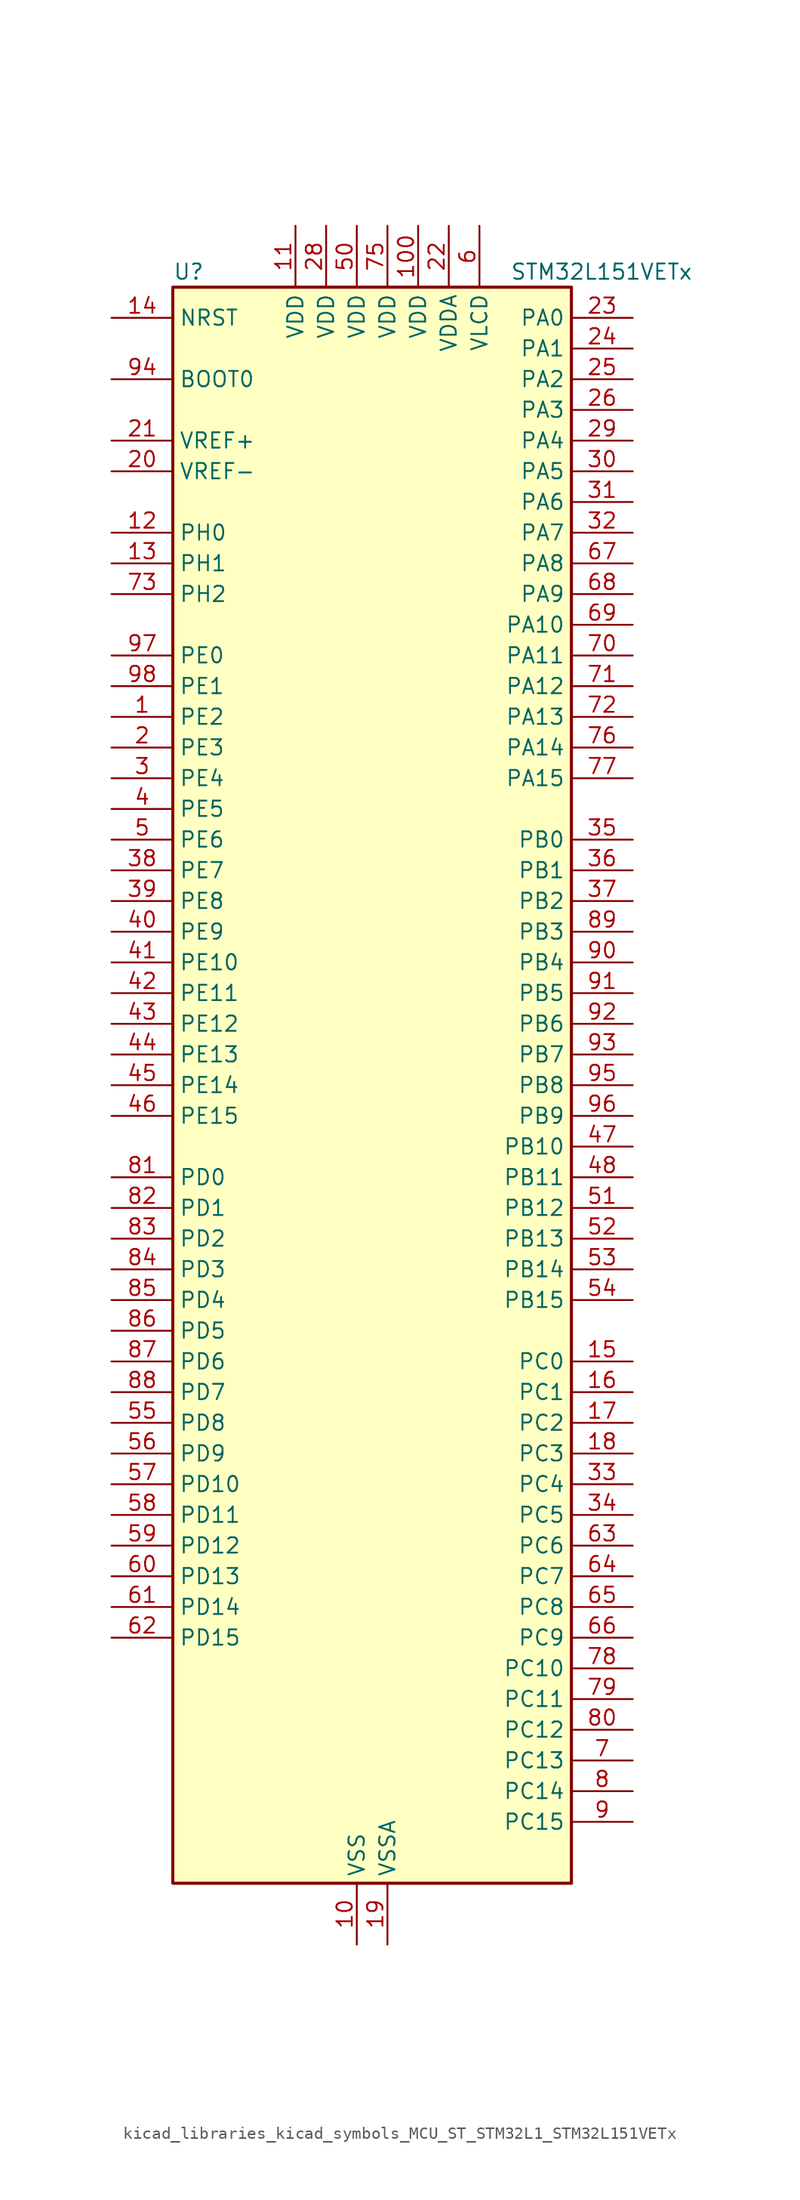
<source format=kicad_sym>
(kicad_symbol_lib
  (version 20220914)
  (generator kicad_symbol_editor)
  (symbol "kicad_libraries_kicad_symbols_MCU_ST_STM32L1_STM32L151VETx"
    (property "Reference" "U"
      (at -15.24 67.31 0)
      (effects (font (size 1.27 1.27)) (justify left)))
    (property "Value" "STM32L151VETx"
      (at 12.7 67.31 0)
      (effects (font (size 1.27 1.27)) (justify left)))
    (property "ki_locked" ""
      (at 0 0 0)
      (effects (font (size 1.27 1.27))))
    (symbol "kicad_libraries_kicad_symbols_MCU_ST_STM32L1_STM32L151VETx_0_1"
      (rectangle (start -15.24 -66.04) (end 17.78 66.04) (stroke (width 0.254) (type default)) (fill (type background))))
    (symbol "kicad_libraries_kicad_symbols_MCU_ST_STM32L1_STM32L151VETx_1_1"
      (pin bidirectional line (at -20.32 30.48 0) (length 5.08) (name "PE2" (effects (font (size 1.27 1.27)))) (number "1" (effects (font (size 1.27 1.27)))) (alternate "SYS_TRACECK" bidirectional line) (alternate "TIM3_ETR" bidirectional line) (alternate "TIMX_IC3" bidirectional line))
      (pin power_in line (at 0 -71.12 90) (length 5.08) (name "VSS" (effects (font (size 1.27 1.27)))) (number "10" (effects (font (size 1.27 1.27)))))
      (pin power_in line (at 5.08 71.12 270) (length 5.08) (name "VDD" (effects (font (size 1.27 1.27)))) (number "100" (effects (font (size 1.27 1.27)))))
      (pin power_in line (at -5.08 71.12 270) (length 5.08) (name "VDD" (effects (font (size 1.27 1.27)))) (number "11" (effects (font (size 1.27 1.27)))))
      (pin bidirectional line (at -20.32 45.72 0) (length 5.08) (name "PH0" (effects (font (size 1.27 1.27)))) (number "12" (effects (font (size 1.27 1.27)))) (alternate "RCC_OSC_IN" bidirectional line))
      (pin bidirectional line (at -20.32 43.18 0) (length 5.08) (name "PH1" (effects (font (size 1.27 1.27)))) (number "13" (effects (font (size 1.27 1.27)))) (alternate "RCC_OSC_OUT" bidirectional line))
      (pin input line (at -20.32 63.5 0) (length 5.08) (name "NRST" (effects (font (size 1.27 1.27)))) (number "14" (effects (font (size 1.27 1.27)))))
      (pin bidirectional line (at 22.86 -22.86 180) (length 5.08) (name "PC0" (effects (font (size 1.27 1.27)))) (number "15" (effects (font (size 1.27 1.27)))) (alternate "ADC_IN10" bidirectional line) (alternate "COMP1_INP" bidirectional line) (alternate "TIMX_IC1" bidirectional line) (alternate "TS_G8_IO1" bidirectional line))
      (pin bidirectional line (at 22.86 -25.4 180) (length 5.08) (name "PC1" (effects (font (size 1.27 1.27)))) (number "16" (effects (font (size 1.27 1.27)))) (alternate "ADC_IN11" bidirectional line) (alternate "COMP1_INP" bidirectional line) (alternate "TIMX_IC2" bidirectional line) (alternate "TS_G8_IO2" bidirectional line))
      (pin bidirectional line (at 22.86 -27.94 180) (length 5.08) (name "PC2" (effects (font (size 1.27 1.27)))) (number "17" (effects (font (size 1.27 1.27)))) (alternate "ADC_IN12" bidirectional line) (alternate "COMP1_INP" bidirectional line) (alternate "TIMX_IC3" bidirectional line) (alternate "TS_G8_IO3" bidirectional line))
      (pin bidirectional line (at 22.86 -30.48 180) (length 5.08) (name "PC3" (effects (font (size 1.27 1.27)))) (number "18" (effects (font (size 1.27 1.27)))) (alternate "ADC_IN13" bidirectional line) (alternate "COMP1_INP" bidirectional line) (alternate "TIMX_IC4" bidirectional line) (alternate "TS_G8_IO4" bidirectional line))
      (pin power_in line (at 2.54 -71.12 90) (length 5.08) (name "VSSA" (effects (font (size 1.27 1.27)))) (number "19" (effects (font (size 1.27 1.27)))))
      (pin bidirectional line (at -20.32 27.94 0) (length 5.08) (name "PE3" (effects (font (size 1.27 1.27)))) (number "2" (effects (font (size 1.27 1.27)))) (alternate "SYS_TRACED0" bidirectional line) (alternate "TIM3_CH1" bidirectional line) (alternate "TIMX_IC4" bidirectional line))
      (pin input line (at -20.32 50.8 0) (length 5.08) (name "VREF-" (effects (font (size 1.27 1.27)))) (number "20" (effects (font (size 1.27 1.27)))))
      (pin input line (at -20.32 53.34 0) (length 5.08) (name "VREF+" (effects (font (size 1.27 1.27)))) (number "21" (effects (font (size 1.27 1.27)))))
      (pin power_in line (at 7.62 71.12 270) (length 5.08) (name "VDDA" (effects (font (size 1.27 1.27)))) (number "22" (effects (font (size 1.27 1.27)))))
      (pin bidirectional line (at 22.86 63.5 180) (length 5.08) (name "PA0" (effects (font (size 1.27 1.27)))) (number "23" (effects (font (size 1.27 1.27)))) (alternate "ADC_IN0" bidirectional line) (alternate "COMP1_INP" bidirectional line) (alternate "RTC_TAMP2" bidirectional line) (alternate "SYS_WKUP1" bidirectional line) (alternate "TIM2_CH1" bidirectional line) (alternate "TIM2_ETR" bidirectional line) (alternate "TIM5_CH1" bidirectional line) (alternate "TIMX_IC1" bidirectional line) (alternate "TS_G1_IO1" bidirectional line) (alternate "USART2_CTS" bidirectional line))
      (pin bidirectional line (at 22.86 60.96 180) (length 5.08) (name "PA1" (effects (font (size 1.27 1.27)))) (number "24" (effects (font (size 1.27 1.27)))) (alternate "ADC_IN1" bidirectional line) (alternate "COMP1_INP" bidirectional line) (alternate "OPAMP1_VINP" bidirectional line) (alternate "TIM2_CH2" bidirectional line) (alternate "TIM5_CH2" bidirectional line) (alternate "TIMX_IC2" bidirectional line) (alternate "TS_G1_IO2" bidirectional line) (alternate "USART2_RTS" bidirectional line))
      (pin bidirectional line (at 22.86 58.42 180) (length 5.08) (name "PA2" (effects (font (size 1.27 1.27)))) (number "25" (effects (font (size 1.27 1.27)))) (alternate "ADC_IN2" bidirectional line) (alternate "COMP1_INP" bidirectional line) (alternate "OPAMP1_VINM" bidirectional line) (alternate "TIM2_CH3" bidirectional line) (alternate "TIM5_CH3" bidirectional line) (alternate "TIM9_CH1" bidirectional line) (alternate "TIMX_IC3" bidirectional line) (alternate "TS_G1_IO3" bidirectional line) (alternate "USART2_TX" bidirectional line))
      (pin bidirectional line (at 22.86 55.88 180) (length 5.08) (name "PA3" (effects (font (size 1.27 1.27)))) (number "26" (effects (font (size 1.27 1.27)))) (alternate "ADC_IN3" bidirectional line) (alternate "COMP1_INP" bidirectional line) (alternate "OPAMP1_VOUT" bidirectional line) (alternate "TIM2_CH4" bidirectional line) (alternate "TIM5_CH4" bidirectional line) (alternate "TIM9_CH2" bidirectional line) (alternate "TIMX_IC4" bidirectional line) (alternate "TS_G1_IO4" bidirectional line) (alternate "USART2_RX" bidirectional line))
      (pin passive line (at 0 -71.12 90) (length 5.08) hide (name "VSS" (effects (font (size 1.27 1.27)))) (number "27" (effects (font (size 1.27 1.27)))))
      (pin power_in line (at -2.54 71.12 270) (length 5.08) (name "VDD" (effects (font (size 1.27 1.27)))) (number "28" (effects (font (size 1.27 1.27)))))
      (pin bidirectional line (at 22.86 53.34 180) (length 5.08) (name "PA4" (effects (font (size 1.27 1.27)))) (number "29" (effects (font (size 1.27 1.27)))) (alternate "ADC_IN4" bidirectional line) (alternate "COMP1_INP" bidirectional line) (alternate "DAC_OUT1" bidirectional line) (alternate "I2S3_WS" bidirectional line) (alternate "SPI1_NSS" bidirectional line) (alternate "SPI3_NSS" bidirectional line) (alternate "TIMX_IC1" bidirectional line) (alternate "USART2_CK" bidirectional line))
      (pin bidirectional line (at -20.32 25.4 0) (length 5.08) (name "PE4" (effects (font (size 1.27 1.27)))) (number "3" (effects (font (size 1.27 1.27)))) (alternate "SYS_TRACED1" bidirectional line) (alternate "TIM3_CH2" bidirectional line) (alternate "TIMX_IC1" bidirectional line))
      (pin bidirectional line (at 22.86 50.8 180) (length 5.08) (name "PA5" (effects (font (size 1.27 1.27)))) (number "30" (effects (font (size 1.27 1.27)))) (alternate "ADC_IN5" bidirectional line) (alternate "COMP1_INP" bidirectional line) (alternate "DAC_OUT2" bidirectional line) (alternate "SPI1_SCK" bidirectional line) (alternate "TIM2_CH1" bidirectional line) (alternate "TIM2_ETR" bidirectional line) (alternate "TIMX_IC2" bidirectional line))
      (pin bidirectional line (at 22.86 48.26 180) (length 5.08) (name "PA6" (effects (font (size 1.27 1.27)))) (number "31" (effects (font (size 1.27 1.27)))) (alternate "ADC_IN6" bidirectional line) (alternate "COMP1_INP" bidirectional line) (alternate "OPAMP2_VINP" bidirectional line) (alternate "SPI1_MISO" bidirectional line) (alternate "TIM10_CH1" bidirectional line) (alternate "TIM3_CH1" bidirectional line) (alternate "TIMX_IC3" bidirectional line) (alternate "TS_G2_IO1" bidirectional line))
      (pin bidirectional line (at 22.86 45.72 180) (length 5.08) (name "PA7" (effects (font (size 1.27 1.27)))) (number "32" (effects (font (size 1.27 1.27)))) (alternate "ADC_IN7" bidirectional line) (alternate "COMP1_INP" bidirectional line) (alternate "OPAMP2_VINM" bidirectional line) (alternate "SPI1_MOSI" bidirectional line) (alternate "TIM11_CH1" bidirectional line) (alternate "TIM3_CH2" bidirectional line) (alternate "TIMX_IC4" bidirectional line) (alternate "TS_G2_IO2" bidirectional line))
      (pin bidirectional line (at 22.86 -33.02 180) (length 5.08) (name "PC4" (effects (font (size 1.27 1.27)))) (number "33" (effects (font (size 1.27 1.27)))) (alternate "ADC_IN14" bidirectional line) (alternate "COMP1_INP" bidirectional line) (alternate "TIMX_IC1" bidirectional line) (alternate "TS_G9_IO1" bidirectional line))
      (pin bidirectional line (at 22.86 -35.56 180) (length 5.08) (name "PC5" (effects (font (size 1.27 1.27)))) (number "34" (effects (font (size 1.27 1.27)))) (alternate "ADC_IN15" bidirectional line) (alternate "COMP1_INP" bidirectional line) (alternate "TIMX_IC2" bidirectional line) (alternate "TS_G9_IO2" bidirectional line))
      (pin bidirectional line (at 22.86 20.32 180) (length 5.08) (name "PB0" (effects (font (size 1.27 1.27)))) (number "35" (effects (font (size 1.27 1.27)))) (alternate "ADC_IN8" bidirectional line) (alternate "COMP1_INP" bidirectional line) (alternate "OPAMP2_VOUT" bidirectional line) (alternate "SYS_V_REF_OUT" bidirectional line) (alternate "TIM3_CH3" bidirectional line) (alternate "TS_G3_IO1" bidirectional line))
      (pin bidirectional line (at 22.86 17.78 180) (length 5.08) (name "PB1" (effects (font (size 1.27 1.27)))) (number "36" (effects (font (size 1.27 1.27)))) (alternate "ADC_IN9" bidirectional line) (alternate "COMP1_INP" bidirectional line) (alternate "SYS_V_REF_OUT" bidirectional line) (alternate "TIM3_CH4" bidirectional line) (alternate "TS_G3_IO2" bidirectional line))
      (pin bidirectional line (at 22.86 15.24 180) (length 5.08) (name "PB2" (effects (font (size 1.27 1.27)))) (number "37" (effects (font (size 1.27 1.27)))) (alternate "ADC_IN0b" bidirectional line) (alternate "TS_G3_IO3" bidirectional line))
      (pin bidirectional line (at -20.32 17.78 0) (length 5.08) (name "PE7" (effects (font (size 1.27 1.27)))) (number "38" (effects (font (size 1.27 1.27)))) (alternate "ADC_IN22" bidirectional line) (alternate "COMP1_INP" bidirectional line) (alternate "TIMX_IC4" bidirectional line))
      (pin bidirectional line (at -20.32 15.24 0) (length 5.08) (name "PE8" (effects (font (size 1.27 1.27)))) (number "39" (effects (font (size 1.27 1.27)))) (alternate "ADC_IN23" bidirectional line) (alternate "COMP1_INP" bidirectional line) (alternate "TIMX_IC1" bidirectional line))
      (pin bidirectional line (at -20.32 22.86 0) (length 5.08) (name "PE5" (effects (font (size 1.27 1.27)))) (number "4" (effects (font (size 1.27 1.27)))) (alternate "SYS_TRACED2" bidirectional line) (alternate "TIM9_CH1" bidirectional line) (alternate "TIMX_IC2" bidirectional line))
      (pin bidirectional line (at -20.32 12.7 0) (length 5.08) (name "PE9" (effects (font (size 1.27 1.27)))) (number "40" (effects (font (size 1.27 1.27)))) (alternate "ADC_IN24" bidirectional line) (alternate "COMP1_INP" bidirectional line) (alternate "DAC_EXTI9" bidirectional line) (alternate "TIM2_CH1" bidirectional line) (alternate "TIM2_ETR" bidirectional line) (alternate "TIMX_IC2" bidirectional line))
      (pin bidirectional line (at -20.32 10.16 0) (length 5.08) (name "PE10" (effects (font (size 1.27 1.27)))) (number "41" (effects (font (size 1.27 1.27)))) (alternate "ADC_IN25" bidirectional line) (alternate "COMP1_INP" bidirectional line) (alternate "TIM2_CH2" bidirectional line) (alternate "TIMX_IC3" bidirectional line))
      (pin bidirectional line (at -20.32 7.62 0) (length 5.08) (name "PE11" (effects (font (size 1.27 1.27)))) (number "42" (effects (font (size 1.27 1.27)))) (alternate "ADC_EXTI11" bidirectional line) (alternate "TIM2_CH3" bidirectional line) (alternate "TIMX_IC4" bidirectional line))
      (pin bidirectional line (at -20.32 5.08 0) (length 5.08) (name "PE12" (effects (font (size 1.27 1.27)))) (number "43" (effects (font (size 1.27 1.27)))) (alternate "SPI1_NSS" bidirectional line) (alternate "TIM2_CH4" bidirectional line) (alternate "TIMX_IC1" bidirectional line))
      (pin bidirectional line (at -20.32 2.54 0) (length 5.08) (name "PE13" (effects (font (size 1.27 1.27)))) (number "44" (effects (font (size 1.27 1.27)))) (alternate "SPI1_SCK" bidirectional line) (alternate "TIMX_IC2" bidirectional line))
      (pin bidirectional line (at -20.32 0 0) (length 5.08) (name "PE14" (effects (font (size 1.27 1.27)))) (number "45" (effects (font (size 1.27 1.27)))) (alternate "SPI1_MISO" bidirectional line) (alternate "TIMX_IC3" bidirectional line))
      (pin bidirectional line (at -20.32 -2.54 0) (length 5.08) (name "PE15" (effects (font (size 1.27 1.27)))) (number "46" (effects (font (size 1.27 1.27)))) (alternate "ADC_EXTI15" bidirectional line) (alternate "SPI1_MOSI" bidirectional line) (alternate "TIMX_IC4" bidirectional line))
      (pin bidirectional line (at 22.86 -5.08 180) (length 5.08) (name "PB10" (effects (font (size 1.27 1.27)))) (number "47" (effects (font (size 1.27 1.27)))) (alternate "I2C2_SCL" bidirectional line) (alternate "TIM2_CH3" bidirectional line) (alternate "USART3_TX" bidirectional line))
      (pin bidirectional line (at 22.86 -7.62 180) (length 5.08) (name "PB11" (effects (font (size 1.27 1.27)))) (number "48" (effects (font (size 1.27 1.27)))) (alternate "ADC_EXTI11" bidirectional line) (alternate "I2C2_SDA" bidirectional line) (alternate "TIM2_CH4" bidirectional line) (alternate "USART3_RX" bidirectional line))
      (pin passive line (at 0 -71.12 90) (length 5.08) hide (name "VSS" (effects (font (size 1.27 1.27)))) (number "49" (effects (font (size 1.27 1.27)))))
      (pin bidirectional line (at -20.32 20.32 0) (length 5.08) (name "PE6" (effects (font (size 1.27 1.27)))) (number "5" (effects (font (size 1.27 1.27)))) (alternate "RTC_TAMP3" bidirectional line) (alternate "SYS_TRACED3" bidirectional line) (alternate "SYS_WKUP3" bidirectional line) (alternate "TIM9_CH2" bidirectional line) (alternate "TIMX_IC3" bidirectional line))
      (pin power_in line (at 0 71.12 270) (length 5.08) (name "VDD" (effects (font (size 1.27 1.27)))) (number "50" (effects (font (size 1.27 1.27)))))
      (pin bidirectional line (at 22.86 -10.16 180) (length 5.08) (name "PB12" (effects (font (size 1.27 1.27)))) (number "51" (effects (font (size 1.27 1.27)))) (alternate "ADC_IN18" bidirectional line) (alternate "COMP1_INP" bidirectional line) (alternate "I2C2_SMBA" bidirectional line) (alternate "I2S2_WS" bidirectional line) (alternate "SPI2_NSS" bidirectional line) (alternate "TIM10_CH1" bidirectional line) (alternate "TS_G7_IO1" bidirectional line) (alternate "USART3_CK" bidirectional line))
      (pin bidirectional line (at 22.86 -12.7 180) (length 5.08) (name "PB13" (effects (font (size 1.27 1.27)))) (number "52" (effects (font (size 1.27 1.27)))) (alternate "ADC_IN19" bidirectional line) (alternate "COMP1_INP" bidirectional line) (alternate "I2S2_CK" bidirectional line) (alternate "SPI2_SCK" bidirectional line) (alternate "TIM9_CH1" bidirectional line) (alternate "TS_G7_IO2" bidirectional line) (alternate "USART3_CTS" bidirectional line))
      (pin bidirectional line (at 22.86 -15.24 180) (length 5.08) (name "PB14" (effects (font (size 1.27 1.27)))) (number "53" (effects (font (size 1.27 1.27)))) (alternate "ADC_IN20" bidirectional line) (alternate "COMP1_INP" bidirectional line) (alternate "SPI2_MISO" bidirectional line) (alternate "TIM9_CH2" bidirectional line) (alternate "TS_G7_IO3" bidirectional line) (alternate "USART3_RTS" bidirectional line))
      (pin bidirectional line (at 22.86 -17.78 180) (length 5.08) (name "PB15" (effects (font (size 1.27 1.27)))) (number "54" (effects (font (size 1.27 1.27)))) (alternate "ADC_EXTI15" bidirectional line) (alternate "ADC_IN21" bidirectional line) (alternate "COMP1_INP" bidirectional line) (alternate "I2S2_SD" bidirectional line) (alternate "RTC_REFIN" bidirectional line) (alternate "SPI2_MOSI" bidirectional line) (alternate "TIM11_CH1" bidirectional line) (alternate "TS_G7_IO4" bidirectional line))
      (pin bidirectional line (at -20.32 -27.94 0) (length 5.08) (name "PD8" (effects (font (size 1.27 1.27)))) (number "55" (effects (font (size 1.27 1.27)))) (alternate "TIMX_IC1" bidirectional line) (alternate "USART3_TX" bidirectional line))
      (pin bidirectional line (at -20.32 -30.48 0) (length 5.08) (name "PD9" (effects (font (size 1.27 1.27)))) (number "56" (effects (font (size 1.27 1.27)))) (alternate "DAC_EXTI9" bidirectional line) (alternate "TIMX_IC2" bidirectional line) (alternate "USART3_RX" bidirectional line))
      (pin bidirectional line (at -20.32 -33.02 0) (length 5.08) (name "PD10" (effects (font (size 1.27 1.27)))) (number "57" (effects (font (size 1.27 1.27)))) (alternate "TIMX_IC3" bidirectional line) (alternate "USART3_CK" bidirectional line))
      (pin bidirectional line (at -20.32 -35.56 0) (length 5.08) (name "PD11" (effects (font (size 1.27 1.27)))) (number "58" (effects (font (size 1.27 1.27)))) (alternate "ADC_EXTI11" bidirectional line) (alternate "TIMX_IC4" bidirectional line) (alternate "USART3_CTS" bidirectional line))
      (pin bidirectional line (at -20.32 -38.1 0) (length 5.08) (name "PD12" (effects (font (size 1.27 1.27)))) (number "59" (effects (font (size 1.27 1.27)))) (alternate "TIM4_CH1" bidirectional line) (alternate "TIMX_IC1" bidirectional line) (alternate "USART3_RTS" bidirectional line))
      (pin power_in line (at 10.16 71.12 270) (length 5.08) (name "VLCD" (effects (font (size 1.27 1.27)))) (number "6" (effects (font (size 1.27 1.27)))))
      (pin bidirectional line (at -20.32 -40.64 0) (length 5.08) (name "PD13" (effects (font (size 1.27 1.27)))) (number "60" (effects (font (size 1.27 1.27)))) (alternate "TIM4_CH2" bidirectional line) (alternate "TIMX_IC2" bidirectional line))
      (pin bidirectional line (at -20.32 -43.18 0) (length 5.08) (name "PD14" (effects (font (size 1.27 1.27)))) (number "61" (effects (font (size 1.27 1.27)))) (alternate "TIM4_CH3" bidirectional line) (alternate "TIMX_IC3" bidirectional line))
      (pin bidirectional line (at -20.32 -45.72 0) (length 5.08) (name "PD15" (effects (font (size 1.27 1.27)))) (number "62" (effects (font (size 1.27 1.27)))) (alternate "ADC_EXTI15" bidirectional line) (alternate "TIM4_CH4" bidirectional line) (alternate "TIMX_IC4" bidirectional line))
      (pin bidirectional line (at 22.86 -38.1 180) (length 5.08) (name "PC6" (effects (font (size 1.27 1.27)))) (number "63" (effects (font (size 1.27 1.27)))) (alternate "I2S2_MCK" bidirectional line) (alternate "TIM3_CH1" bidirectional line) (alternate "TIMX_IC3" bidirectional line) (alternate "TS_G10_IO1" bidirectional line))
      (pin bidirectional line (at 22.86 -40.64 180) (length 5.08) (name "PC7" (effects (font (size 1.27 1.27)))) (number "64" (effects (font (size 1.27 1.27)))) (alternate "I2S3_MCK" bidirectional line) (alternate "TIM3_CH2" bidirectional line) (alternate "TIMX_IC4" bidirectional line) (alternate "TS_G10_IO2" bidirectional line))
      (pin bidirectional line (at 22.86 -43.18 180) (length 5.08) (name "PC8" (effects (font (size 1.27 1.27)))) (number "65" (effects (font (size 1.27 1.27)))) (alternate "TIM3_CH3" bidirectional line) (alternate "TIMX_IC1" bidirectional line) (alternate "TS_G10_IO3" bidirectional line))
      (pin bidirectional line (at 22.86 -45.72 180) (length 5.08) (name "PC9" (effects (font (size 1.27 1.27)))) (number "66" (effects (font (size 1.27 1.27)))) (alternate "DAC_EXTI9" bidirectional line) (alternate "TIM3_CH4" bidirectional line) (alternate "TIMX_IC2" bidirectional line) (alternate "TS_G10_IO4" bidirectional line))
      (pin bidirectional line (at 22.86 43.18 180) (length 5.08) (name "PA8" (effects (font (size 1.27 1.27)))) (number "67" (effects (font (size 1.27 1.27)))) (alternate "RCC_MCO" bidirectional line) (alternate "TIMX_IC1" bidirectional line) (alternate "TS_G4_IO1" bidirectional line) (alternate "USART1_CK" bidirectional line))
      (pin bidirectional line (at 22.86 40.64 180) (length 5.08) (name "PA9" (effects (font (size 1.27 1.27)))) (number "68" (effects (font (size 1.27 1.27)))) (alternate "DAC_EXTI9" bidirectional line) (alternate "TIMX_IC2" bidirectional line) (alternate "TS_G4_IO2" bidirectional line) (alternate "USART1_TX" bidirectional line))
      (pin bidirectional line (at 22.86 38.1 180) (length 5.08) (name "PA10" (effects (font (size 1.27 1.27)))) (number "69" (effects (font (size 1.27 1.27)))) (alternate "TIMX_IC3" bidirectional line) (alternate "TS_G4_IO3" bidirectional line) (alternate "USART1_RX" bidirectional line))
      (pin bidirectional line (at 22.86 -55.88 180) (length 5.08) (name "PC13" (effects (font (size 1.27 1.27)))) (number "7" (effects (font (size 1.27 1.27)))) (alternate "RTC_OUT_ALARM" bidirectional line) (alternate "RTC_OUT_CALIB" bidirectional line) (alternate "RTC_TAMP1" bidirectional line) (alternate "RTC_TS" bidirectional line) (alternate "SYS_WKUP2" bidirectional line) (alternate "TIMX_IC2" bidirectional line))
      (pin bidirectional line (at 22.86 35.56 180) (length 5.08) (name "PA11" (effects (font (size 1.27 1.27)))) (number "70" (effects (font (size 1.27 1.27)))) (alternate "ADC_EXTI11" bidirectional line) (alternate "SPI1_MISO" bidirectional line) (alternate "TIMX_IC4" bidirectional line) (alternate "USART1_CTS" bidirectional line) (alternate "USB_DM" bidirectional line))
      (pin bidirectional line (at 22.86 33.02 180) (length 5.08) (name "PA12" (effects (font (size 1.27 1.27)))) (number "71" (effects (font (size 1.27 1.27)))) (alternate "SPI1_MOSI" bidirectional line) (alternate "TIMX_IC1" bidirectional line) (alternate "USART1_RTS" bidirectional line) (alternate "USB_DP" bidirectional line))
      (pin bidirectional line (at 22.86 30.48 180) (length 5.08) (name "PA13" (effects (font (size 1.27 1.27)))) (number "72" (effects (font (size 1.27 1.27)))) (alternate "SYS_JTMS-SWDIO" bidirectional line) (alternate "TIMX_IC2" bidirectional line) (alternate "TS_G5_IO1" bidirectional line))
      (pin bidirectional line (at -20.32 40.64 0) (length 5.08) (name "PH2" (effects (font (size 1.27 1.27)))) (number "73" (effects (font (size 1.27 1.27)))))
      (pin passive line (at 0 -71.12 90) (length 5.08) hide (name "VSS" (effects (font (size 1.27 1.27)))) (number "74" (effects (font (size 1.27 1.27)))))
      (pin power_in line (at 2.54 71.12 270) (length 5.08) (name "VDD" (effects (font (size 1.27 1.27)))) (number "75" (effects (font (size 1.27 1.27)))))
      (pin bidirectional line (at 22.86 27.94 180) (length 5.08) (name "PA14" (effects (font (size 1.27 1.27)))) (number "76" (effects (font (size 1.27 1.27)))) (alternate "SYS_JTCK-SWCLK" bidirectional line) (alternate "TIMX_IC3" bidirectional line) (alternate "TS_G5_IO2" bidirectional line))
      (pin bidirectional line (at 22.86 25.4 180) (length 5.08) (name "PA15" (effects (font (size 1.27 1.27)))) (number "77" (effects (font (size 1.27 1.27)))) (alternate "ADC_EXTI15" bidirectional line) (alternate "I2S3_WS" bidirectional line) (alternate "SPI1_NSS" bidirectional line) (alternate "SPI3_NSS" bidirectional line) (alternate "SYS_JTDI" bidirectional line) (alternate "TIM2_CH1" bidirectional line) (alternate "TIM2_ETR" bidirectional line) (alternate "TIMX_IC4" bidirectional line) (alternate "TS_G5_IO3" bidirectional line))
      (pin bidirectional line (at 22.86 -48.26 180) (length 5.08) (name "PC10" (effects (font (size 1.27 1.27)))) (number "78" (effects (font (size 1.27 1.27)))) (alternate "I2S3_CK" bidirectional line) (alternate "SPI3_SCK" bidirectional line) (alternate "TIMX_IC3" bidirectional line) (alternate "UART4_TX" bidirectional line) (alternate "USART3_TX" bidirectional line))
      (pin bidirectional line (at 22.86 -50.8 180) (length 5.08) (name "PC11" (effects (font (size 1.27 1.27)))) (number "79" (effects (font (size 1.27 1.27)))) (alternate "ADC_EXTI11" bidirectional line) (alternate "SPI3_MISO" bidirectional line) (alternate "TIMX_IC4" bidirectional line) (alternate "UART4_RX" bidirectional line) (alternate "USART3_RX" bidirectional line))
      (pin bidirectional line (at 22.86 -58.42 180) (length 5.08) (name "PC14" (effects (font (size 1.27 1.27)))) (number "8" (effects (font (size 1.27 1.27)))) (alternate "RCC_OSC32_IN" bidirectional line) (alternate "TIMX_IC3" bidirectional line))
      (pin bidirectional line (at 22.86 -53.34 180) (length 5.08) (name "PC12" (effects (font (size 1.27 1.27)))) (number "80" (effects (font (size 1.27 1.27)))) (alternate "I2S3_SD" bidirectional line) (alternate "SPI3_MOSI" bidirectional line) (alternate "TIMX_IC1" bidirectional line) (alternate "UART5_TX" bidirectional line) (alternate "USART3_CK" bidirectional line))
      (pin bidirectional line (at -20.32 -7.62 0) (length 5.08) (name "PD0" (effects (font (size 1.27 1.27)))) (number "81" (effects (font (size 1.27 1.27)))) (alternate "I2S2_WS" bidirectional line) (alternate "SPI2_NSS" bidirectional line) (alternate "TIM9_CH1" bidirectional line) (alternate "TIMX_IC1" bidirectional line))
      (pin bidirectional line (at -20.32 -10.16 0) (length 5.08) (name "PD1" (effects (font (size 1.27 1.27)))) (number "82" (effects (font (size 1.27 1.27)))) (alternate "I2S2_CK" bidirectional line) (alternate "SPI2_SCK" bidirectional line) (alternate "TIMX_IC2" bidirectional line))
      (pin bidirectional line (at -20.32 -12.7 0) (length 5.08) (name "PD2" (effects (font (size 1.27 1.27)))) (number "83" (effects (font (size 1.27 1.27)))) (alternate "TIM3_ETR" bidirectional line) (alternate "TIMX_IC3" bidirectional line) (alternate "UART5_RX" bidirectional line))
      (pin bidirectional line (at -20.32 -15.24 0) (length 5.08) (name "PD3" (effects (font (size 1.27 1.27)))) (number "84" (effects (font (size 1.27 1.27)))) (alternate "SPI2_MISO" bidirectional line) (alternate "TIMX_IC4" bidirectional line) (alternate "USART2_CTS" bidirectional line))
      (pin bidirectional line (at -20.32 -17.78 0) (length 5.08) (name "PD4" (effects (font (size 1.27 1.27)))) (number "85" (effects (font (size 1.27 1.27)))) (alternate "I2S2_SD" bidirectional line) (alternate "SPI2_MOSI" bidirectional line) (alternate "TIMX_IC1" bidirectional line) (alternate "USART2_RTS" bidirectional line))
      (pin bidirectional line (at -20.32 -20.32 0) (length 5.08) (name "PD5" (effects (font (size 1.27 1.27)))) (number "86" (effects (font (size 1.27 1.27)))) (alternate "TIMX_IC2" bidirectional line) (alternate "USART2_TX" bidirectional line))
      (pin bidirectional line (at -20.32 -22.86 0) (length 5.08) (name "PD6" (effects (font (size 1.27 1.27)))) (number "87" (effects (font (size 1.27 1.27)))) (alternate "TIMX_IC3" bidirectional line) (alternate "USART2_RX" bidirectional line))
      (pin bidirectional line (at -20.32 -25.4 0) (length 5.08) (name "PD7" (effects (font (size 1.27 1.27)))) (number "88" (effects (font (size 1.27 1.27)))) (alternate "TIM9_CH2" bidirectional line) (alternate "TIMX_IC4" bidirectional line) (alternate "USART2_CK" bidirectional line))
      (pin bidirectional line (at 22.86 12.7 180) (length 5.08) (name "PB3" (effects (font (size 1.27 1.27)))) (number "89" (effects (font (size 1.27 1.27)))) (alternate "COMP2_INM" bidirectional line) (alternate "I2S3_CK" bidirectional line) (alternate "SPI1_SCK" bidirectional line) (alternate "SPI3_SCK" bidirectional line) (alternate "SYS_JTDO-TRACESWO" bidirectional line) (alternate "TIM2_CH2" bidirectional line))
      (pin bidirectional line (at 22.86 -60.96 180) (length 5.08) (name "PC15" (effects (font (size 1.27 1.27)))) (number "9" (effects (font (size 1.27 1.27)))) (alternate "ADC_EXTI15" bidirectional line) (alternate "RCC_OSC32_OUT" bidirectional line) (alternate "TIMX_IC4" bidirectional line))
      (pin bidirectional line (at 22.86 10.16 180) (length 5.08) (name "PB4" (effects (font (size 1.27 1.27)))) (number "90" (effects (font (size 1.27 1.27)))) (alternate "COMP2_INP" bidirectional line) (alternate "SPI1_MISO" bidirectional line) (alternate "SPI3_MISO" bidirectional line) (alternate "SYS_JTRST" bidirectional line) (alternate "TIM3_CH1" bidirectional line) (alternate "TS_G6_IO1" bidirectional line))
      (pin bidirectional line (at 22.86 7.62 180) (length 5.08) (name "PB5" (effects (font (size 1.27 1.27)))) (number "91" (effects (font (size 1.27 1.27)))) (alternate "COMP2_INP" bidirectional line) (alternate "I2C1_SMBA" bidirectional line) (alternate "I2S3_SD" bidirectional line) (alternate "SPI1_MOSI" bidirectional line) (alternate "SPI3_MOSI" bidirectional line) (alternate "TIM3_CH2" bidirectional line) (alternate "TS_G6_IO2" bidirectional line))
      (pin bidirectional line (at 22.86 5.08 180) (length 5.08) (name "PB6" (effects (font (size 1.27 1.27)))) (number "92" (effects (font (size 1.27 1.27)))) (alternate "COMP2_INP" bidirectional line) (alternate "I2C1_SCL" bidirectional line) (alternate "TIM4_CH1" bidirectional line) (alternate "TS_G6_IO3" bidirectional line) (alternate "USART1_TX" bidirectional line))
      (pin bidirectional line (at 22.86 2.54 180) (length 5.08) (name "PB7" (effects (font (size 1.27 1.27)))) (number "93" (effects (font (size 1.27 1.27)))) (alternate "COMP2_INP" bidirectional line) (alternate "I2C1_SDA" bidirectional line) (alternate "SYS_PVD_IN" bidirectional line) (alternate "TIM4_CH2" bidirectional line) (alternate "TS_G6_IO4" bidirectional line) (alternate "USART1_RX" bidirectional line))
      (pin input line (at -20.32 58.42 0) (length 5.08) (name "BOOT0" (effects (font (size 1.27 1.27)))) (number "94" (effects (font (size 1.27 1.27)))))
      (pin bidirectional line (at 22.86 0 180) (length 5.08) (name "PB8" (effects (font (size 1.27 1.27)))) (number "95" (effects (font (size 1.27 1.27)))) (alternate "I2C1_SCL" bidirectional line) (alternate "TIM10_CH1" bidirectional line) (alternate "TIM4_CH3" bidirectional line))
      (pin bidirectional line (at 22.86 -2.54 180) (length 5.08) (name "PB9" (effects (font (size 1.27 1.27)))) (number "96" (effects (font (size 1.27 1.27)))) (alternate "DAC_EXTI9" bidirectional line) (alternate "I2C1_SDA" bidirectional line) (alternate "TIM11_CH1" bidirectional line) (alternate "TIM4_CH4" bidirectional line))
      (pin bidirectional line (at -20.32 35.56 0) (length 5.08) (name "PE0" (effects (font (size 1.27 1.27)))) (number "97" (effects (font (size 1.27 1.27)))) (alternate "TIM10_CH1" bidirectional line) (alternate "TIM4_ETR" bidirectional line) (alternate "TIMX_IC1" bidirectional line))
      (pin bidirectional line (at -20.32 33.02 0) (length 5.08) (name "PE1" (effects (font (size 1.27 1.27)))) (number "98" (effects (font (size 1.27 1.27)))) (alternate "TIM11_CH1" bidirectional line) (alternate "TIMX_IC2" bidirectional line))
      (pin passive line (at 0 -71.12 90) (length 5.08) hide (name "VSS" (effects (font (size 1.27 1.27)))) (number "99" (effects (font (size 1.27 1.27))))))))
</source>
